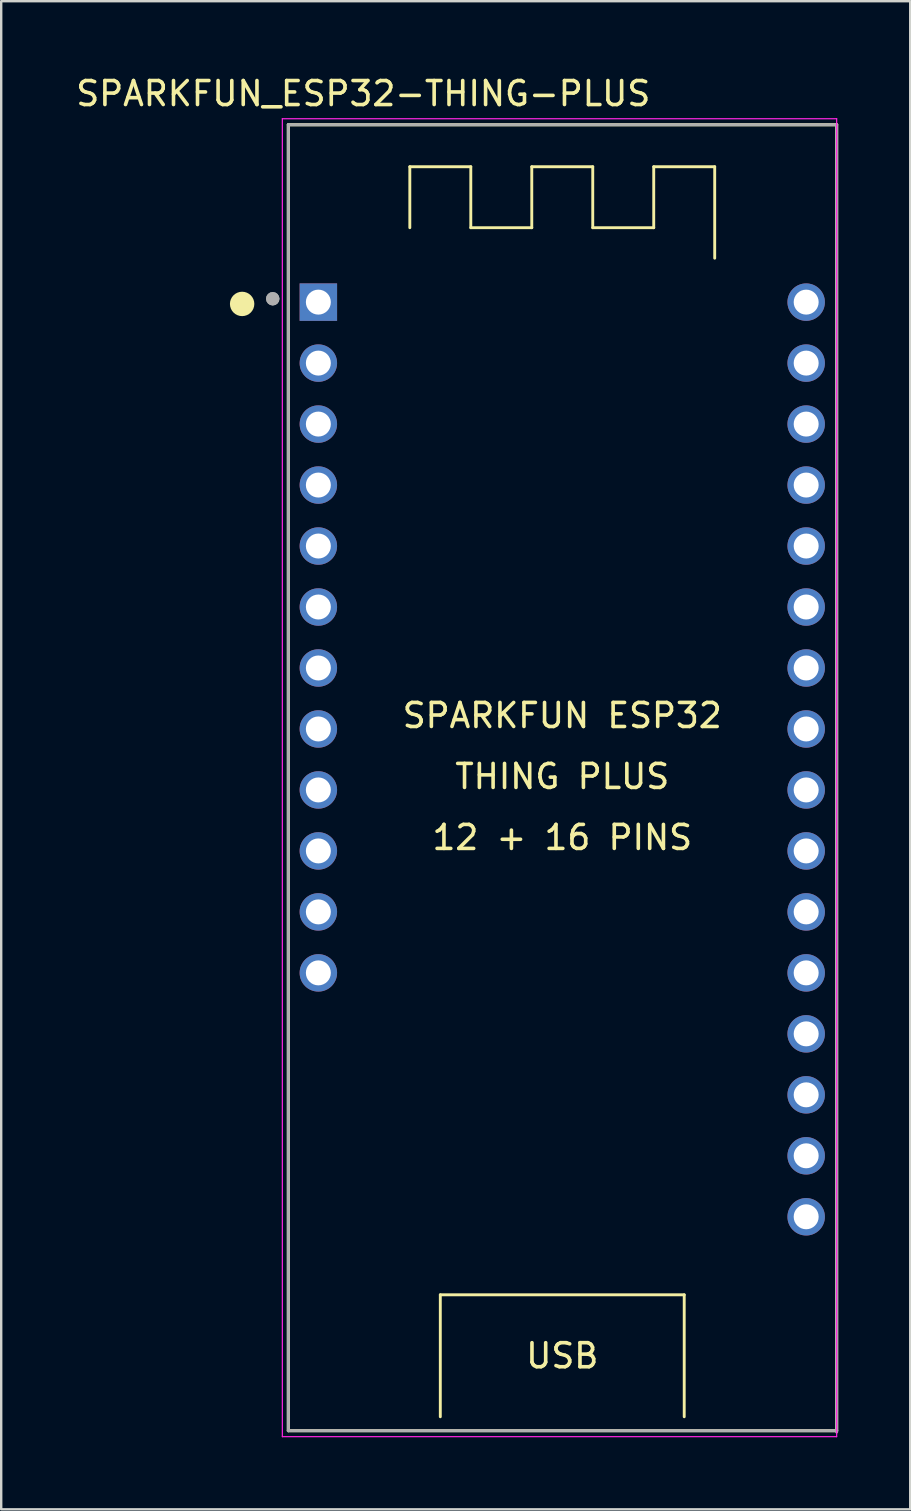
<source format=kicad_pcb>
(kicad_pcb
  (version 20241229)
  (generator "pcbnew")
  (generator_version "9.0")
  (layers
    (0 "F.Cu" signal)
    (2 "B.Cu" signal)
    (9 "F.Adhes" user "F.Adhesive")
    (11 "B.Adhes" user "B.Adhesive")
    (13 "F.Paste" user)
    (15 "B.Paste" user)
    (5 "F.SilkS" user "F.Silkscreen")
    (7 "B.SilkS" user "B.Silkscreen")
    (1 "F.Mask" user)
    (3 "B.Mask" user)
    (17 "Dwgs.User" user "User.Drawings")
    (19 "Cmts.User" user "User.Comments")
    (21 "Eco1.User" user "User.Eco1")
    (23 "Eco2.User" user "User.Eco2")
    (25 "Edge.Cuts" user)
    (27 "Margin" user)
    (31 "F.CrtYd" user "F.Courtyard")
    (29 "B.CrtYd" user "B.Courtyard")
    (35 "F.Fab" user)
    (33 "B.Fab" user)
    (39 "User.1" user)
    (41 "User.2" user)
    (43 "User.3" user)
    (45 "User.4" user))
  (footprint "SPARKFUN_ESP32-THING-PLUS"
    (layer "F.Cu")
    (at 20.371 29.295)
    (property "Reference" "SPARKFUN_ESP32-THING-PLUS" (at -8.289 -28.446 0) (layer "F.SilkS") (effects (font (size 1 1) (thickness 0.15))))
    (attr through_hole)
    (fp_line (start -11.41 -27.15) (end 11.43 -27.15) (stroke (width 0.127) (type solid)) (layer "F.SilkS"))
    (fp_line (start -11.41 27.25) (end -11.41 -27.15) (stroke (width 0.127) (type solid)) (layer "F.SilkS"))
    (fp_line (start -6.35 -25.4) (end -6.35 -22.86) (stroke (width 0.12) (type solid)) (layer "F.SilkS"))
    (fp_line (start -5.08 21.59) (end 5.08 21.59) (stroke (width 0.12) (type solid)) (layer "F.SilkS"))
    (fp_line (start -5.08 26.67) (end -5.08 21.59) (stroke (width 0.12) (type solid)) (layer "F.SilkS"))
    (fp_line (start -3.81 -25.4) (end -6.35 -25.4) (stroke (width 0.12) (type solid)) (layer "F.SilkS"))
    (fp_line (start -3.81 -22.86) (end -3.81 -25.4) (stroke (width 0.12) (type solid)) (layer "F.SilkS"))
    (fp_line (start -1.27 -25.4) (end -1.27 -22.86) (stroke (width 0.12) (type solid)) (layer "F.SilkS"))
    (fp_line (start -1.27 -22.86) (end -3.81 -22.86) (stroke (width 0.12) (type solid)) (layer "F.SilkS"))
    (fp_line (start 1.27 -25.4) (end -1.27 -25.4) (stroke (width 0.12) (type solid)) (layer "F.SilkS"))
    (fp_line (start 1.27 -22.86) (end 1.27 -25.4) (stroke (width 0.12) (type solid)) (layer "F.SilkS"))
    (fp_line (start 3.81 -25.4) (end 3.81 -22.86) (stroke (width 0.12) (type solid)) (layer "F.SilkS"))
    (fp_line (start 3.81 -22.86) (end 1.27 -22.86) (stroke (width 0.12) (type solid)) (layer "F.SilkS"))
    (fp_line (start 5.08 21.59) (end 5.08 26.67) (stroke (width 0.12) (type solid)) (layer "F.SilkS"))
    (fp_line (start 6.35 -25.4) (end 3.81 -25.4) (stroke (width 0.12) (type solid)) (layer "F.SilkS"))
    (fp_line (start 6.35 -21.59) (end 6.35 -25.4) (stroke (width 0.12) (type solid)) (layer "F.SilkS"))
    (fp_line (start 11.43 -27.15) (end 11.43 27.25) (stroke (width 0.127) (type solid)) (layer "F.SilkS"))
    (fp_line (start 11.43 27.25) (end -11.41 27.25) (stroke (width 0.127) (type solid)) (layer "F.SilkS"))
    (fp_circle (center -13.335 -19.685) (end -13.081 -19.685) (stroke (width 0.508) (type solid)) (fill no) (layer "F.SilkS"))
    (fp_line (start -11.66 -27.4) (end 11.43 -27.4) (stroke (width 0.05) (type solid)) (layer "F.CrtYd"))
    (fp_line (start -11.66 27.5) (end -11.66 -27.4) (stroke (width 0.05) (type solid)) (layer "F.CrtYd"))
    (fp_line (start 11.43 -27.4) (end 11.43 27.5) (stroke (width 0.05) (type solid)) (layer "F.CrtYd"))
    (fp_line (start 11.43 27.5) (end -11.66 27.5) (stroke (width 0.05) (type solid)) (layer "F.CrtYd"))
    (fp_line (start -11.41 -27.15) (end 11.43 -27.15) (stroke (width 0.127) (type solid)) (layer "F.Fab"))
    (fp_line (start -11.41 27.25) (end -11.41 -27.15) (stroke (width 0.127) (type solid)) (layer "F.Fab"))
    (fp_line (start 11.43 -27.15) (end 11.43 27.305) (stroke (width 0.127) (type solid)) (layer "F.Fab"))
    (fp_line (start 11.43 27.25) (end -11.41 27.25) (stroke (width 0.127) (type solid)) (layer "F.Fab"))
    (fp_circle (center -12.06 -19.9) (end -11.92 -19.9) (stroke (width 0.28) (type solid)) (fill no) (layer "F.Fab"))
    (fp_circle (center -12.06 -19.9) (end -11.92 -19.9) (stroke (width 0.28) (type solid)) (fill no) (layer "F.Fab"))
    (fp_text user "USB" (at 0 24.13 0) (layer "F.SilkS") (effects (font (size 1 1) (thickness 0.15))))
    (fp_text user "12 + 16 PINS" (at 0 2.54 0) (layer "F.SilkS") (effects (font (size 1 1) (thickness 0.15))))
    (fp_text user "THING PLUS" (at 0 0 0) (layer "F.SilkS") (effects (font (size 1 1) (thickness 0.15))))
    (fp_text user "SPARKFUN ESP32" (at 0 -2.54 0) (layer "F.SilkS") (effects (font (size 1 1) (thickness 0.15))))
    (pad "1" thru_hole rect (at -10.16 -19.76) (size 1.56 1.56) (drill 1.04) (layers "*.Cu" "*.Mask"))
    (pad "2" thru_hole circle (at -10.16 -17.22) (size 1.56 1.56) (drill 1.04) (layers "*.Cu" "*.Mask"))
    (pad "3" thru_hole circle (at -10.16 -14.68) (size 1.56 1.56) (drill 1.04) (layers "*.Cu" "*.Mask"))
    (pad "4" thru_hole circle (at -10.16 -12.14) (size 1.56 1.56) (drill 1.04) (layers "*.Cu" "*.Mask"))
    (pad "5" thru_hole circle (at -10.16 -9.6) (size 1.56 1.56) (drill 1.04) (layers "*.Cu" "*.Mask"))
    (pad "6" thru_hole circle (at -10.16 -7.06) (size 1.56 1.56) (drill 1.04) (layers "*.Cu" "*.Mask"))
    (pad "7" thru_hole circle (at -10.16 -4.52) (size 1.56 1.56) (drill 1.04) (layers "*.Cu" "*.Mask"))
    (pad "8" thru_hole circle (at -10.16 -1.98) (size 1.56 1.56) (drill 1.04) (layers "*.Cu" "*.Mask"))
    (pad "9" thru_hole circle (at -10.16 0.56) (size 1.56 1.56) (drill 1.04) (layers "*.Cu" "*.Mask"))
    (pad "10" thru_hole circle (at -10.16 3.1) (size 1.56 1.56) (drill 1.04) (layers "*.Cu" "*.Mask"))
    (pad "11" thru_hole circle (at -10.16 5.64) (size 1.56 1.56) (drill 1.04) (layers "*.Cu" "*.Mask"))
    (pad "12" thru_hole circle (at -10.16 8.18) (size 1.56 1.56) (drill 1.04) (layers "*.Cu" "*.Mask"))
    (pad "13" thru_hole circle (at 10.16 -19.76) (size 1.56 1.56) (drill 1.04) (layers "*.Cu" "*.Mask"))
    (pad "14" thru_hole circle (at 10.16 -17.22) (size 1.56 1.56) (drill 1.04) (layers "*.Cu" "*.Mask"))
    (pad "15" thru_hole circle (at 10.16 -14.68) (size 1.56 1.56) (drill 1.04) (layers "*.Cu" "*.Mask"))
    (pad "16" thru_hole circle (at 10.16 -12.14) (size 1.56 1.56) (drill 1.04) (layers "*.Cu" "*.Mask"))
    (pad "17" thru_hole circle (at 10.16 -9.6) (size 1.56 1.56) (drill 1.04) (layers "*.Cu" "*.Mask"))
    (pad "18" thru_hole circle (at 10.16 -7.06) (size 1.56 1.56) (drill 1.04) (layers "*.Cu" "*.Mask"))
    (pad "19" thru_hole circle (at 10.16 -4.52) (size 1.56 1.56) (drill 1.04) (layers "*.Cu" "*.Mask"))
    (pad "20" thru_hole circle (at 10.16 -1.98) (size 1.56 1.56) (drill 1.04) (layers "*.Cu" "*.Mask"))
    (pad "21" thru_hole circle (at 10.16 0.56) (size 1.56 1.56) (drill 1.04) (layers "*.Cu" "*.Mask"))
    (pad "22" thru_hole circle (at 10.16 3.1) (size 1.56 1.56) (drill 1.04) (layers "*.Cu" "*.Mask"))
    (pad "23" thru_hole circle (at 10.16 5.64) (size 1.56 1.56) (drill 1.04) (layers "*.Cu" "*.Mask"))
    (pad "24" thru_hole circle (at 10.16 8.18) (size 1.56 1.56) (drill 1.04) (layers "*.Cu" "*.Mask"))
    (pad "25" thru_hole circle (at 10.16 10.72) (size 1.56 1.56) (drill 1.04) (layers "*.Cu" "*.Mask"))
    (pad "26" thru_hole circle (at 10.16 13.26) (size 1.56 1.56) (drill 1.04) (layers "*.Cu" "*.Mask"))
    (pad "27" thru_hole circle (at 10.16 15.8) (size 1.56 1.56) (drill 1.04) (layers "*.Cu" "*.Mask"))
    (pad "28" thru_hole circle (at 10.16 18.34) (size 1.56 1.56) (drill 1.04) (layers "*.Cu" "*.Mask")))
  (gr_rect
    (start -3 -3)
    (end 34.865 59.82)
    (stroke (width 0.1) (type default))
    (fill no)
    (layer "Edge.Cuts")))
</source>
